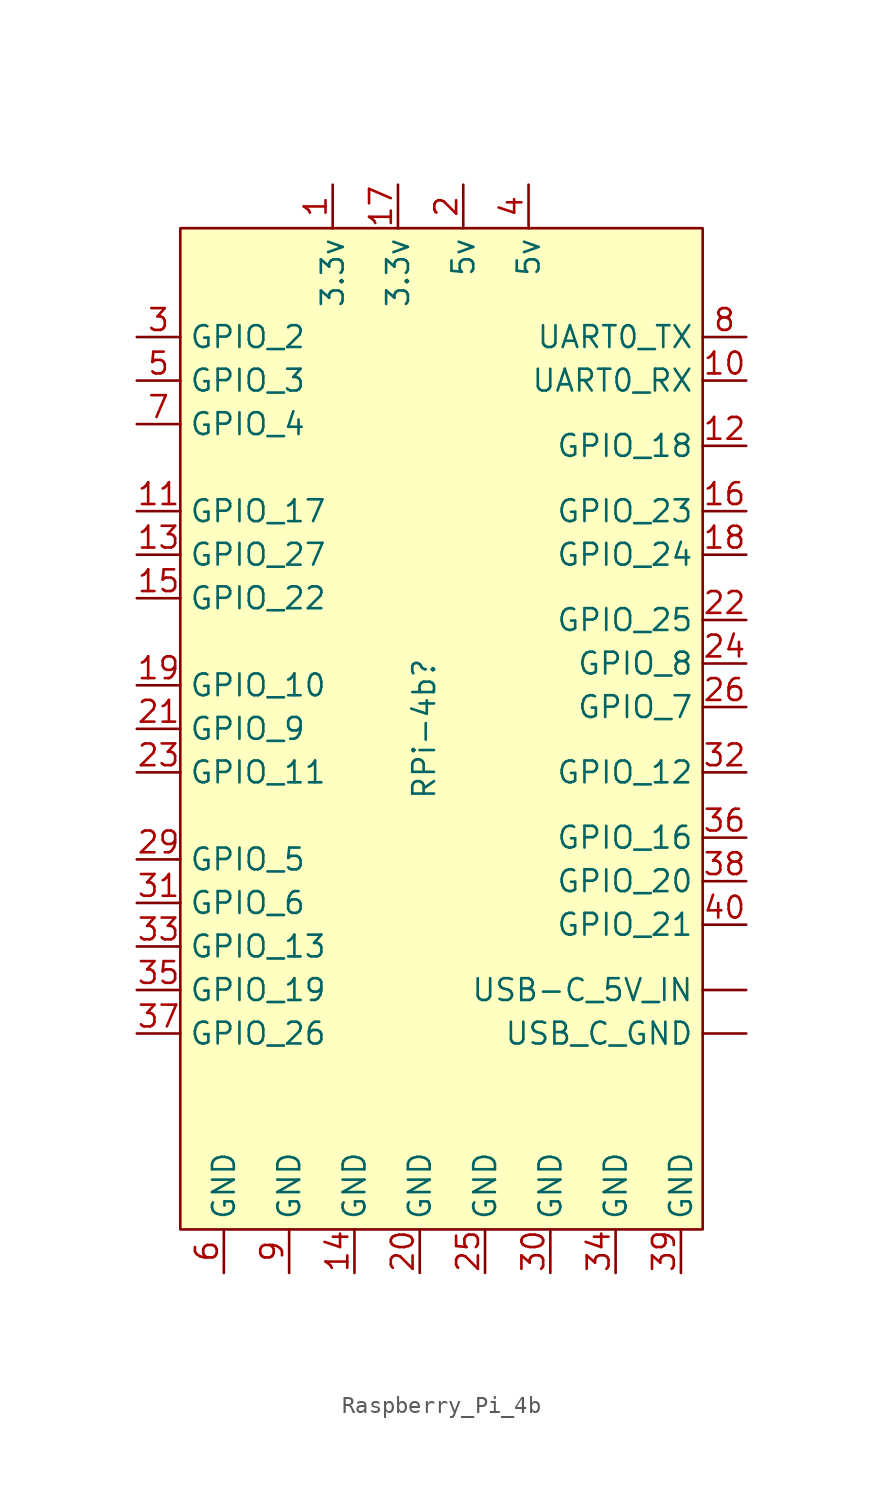
<source format=kicad_sym>
(kicad_symbol_lib
  (version 20231120)
  (generator "kicad_symbol_editor")
  (generator_version "8.0")
  (symbol "Raspberry_Pi_4b"
    (property "Reference" "RPi-4b"
      (at -1.016 -7.62 90)
      (effects (font (size 1.27 1.27))))
    (property "Value" ""
      (at 0 0 0)
      (effects (font (size 1.27 1.27))))
    (symbol "Raspberry_Pi_4b_0_1"
      (rectangle (start -15.24 21.59) (end 15.24 -36.83) (stroke (width 0) (type default)) (fill (type background))))
    (symbol "Raspberry_Pi_4b_1_1"
      (pin input line (at 17.78 -22.86 180) (length 2.54) (name "USB-C_5V_IN" (effects (font (size 1.27 1.27)))) (number "" (effects (font (size 1.27 1.27)))))
      (pin input line (at 17.78 -25.4 180) (length 2.54) (name "USB_C_GND" (effects (font (size 1.27 1.27)))) (number "" (effects (font (size 1.27 1.27)))))
      (pin input line (at -6.35 24.13 270) (length 2.54) (name "3.3v" (effects (font (size 1.27 1.27)))) (number "1" (effects (font (size 1.27 1.27)))))
      (pin input line (at 17.78 12.7 180) (length 2.54) (name "UART0_RX" (effects (font (size 1.27 1.27)))) (number "10" (effects (font (size 1.27 1.27)))))
      (pin input line (at -17.78 5.08 0) (length 2.54) (name "GPIO_17" (effects (font (size 1.27 1.27)))) (number "11" (effects (font (size 1.27 1.27)))))
      (pin input line (at 17.78 8.89 180) (length 2.54) (name "GPIO_18" (effects (font (size 1.27 1.27)))) (number "12" (effects (font (size 1.27 1.27)))))
      (pin input line (at -17.78 2.54 0) (length 2.54) (name "GPIO_27" (effects (font (size 1.27 1.27)))) (number "13" (effects (font (size 1.27 1.27)))))
      (pin input line (at -5.08 -39.37 90) (length 2.54) (name "GND" (effects (font (size 1.27 1.27)))) (number "14" (effects (font (size 1.27 1.27)))))
      (pin input line (at -17.78 0 0) (length 2.54) (name "GPIO_22" (effects (font (size 1.27 1.27)))) (number "15" (effects (font (size 1.27 1.27)))))
      (pin input line (at 17.78 5.08 180) (length 2.54) (name "GPIO_23" (effects (font (size 1.27 1.27)))) (number "16" (effects (font (size 1.27 1.27)))))
      (pin input line (at -2.54 24.13 270) (length 2.54) (name "3.3v" (effects (font (size 1.27 1.27)))) (number "17" (effects (font (size 1.27 1.27)))))
      (pin input line (at 17.78 2.54 180) (length 2.54) (name "GPIO_24" (effects (font (size 1.27 1.27)))) (number "18" (effects (font (size 1.27 1.27)))))
      (pin input line (at -17.78 -5.08 0) (length 2.54) (name "GPIO_10" (effects (font (size 1.27 1.27)))) (number "19" (effects (font (size 1.27 1.27)))))
      (pin input line (at 1.27 24.13 270) (length 2.54) (name "5v" (effects (font (size 1.27 1.27)))) (number "2" (effects (font (size 1.27 1.27)))))
      (pin input line (at -1.27 -39.37 90) (length 2.54) (name "GND" (effects (font (size 1.27 1.27)))) (number "20" (effects (font (size 1.27 1.27)))))
      (pin input line (at -17.78 -7.62 0) (length 2.54) (name "GPIO_9" (effects (font (size 1.27 1.27)))) (number "21" (effects (font (size 1.27 1.27)))))
      (pin input line (at 17.78 -1.27 180) (length 2.54) (name "GPIO_25" (effects (font (size 1.27 1.27)))) (number "22" (effects (font (size 1.27 1.27)))))
      (pin input line (at -17.78 -10.16 0) (length 2.54) (name "GPIO_11" (effects (font (size 1.27 1.27)))) (number "23" (effects (font (size 1.27 1.27)))))
      (pin input line (at 17.78 -3.81 180) (length 2.54) (name "GPIO_8" (effects (font (size 1.27 1.27)))) (number "24" (effects (font (size 1.27 1.27)))))
      (pin input line (at 2.54 -39.37 90) (length 2.54) (name "GND" (effects (font (size 1.27 1.27)))) (number "25" (effects (font (size 1.27 1.27)))))
      (pin input line (at 17.78 -6.35 180) (length 2.54) (name "GPIO_7" (effects (font (size 1.27 1.27)))) (number "26" (effects (font (size 1.27 1.27)))))
      (pin input line (at -17.78 -15.24 0) (length 2.54) (name "GPIO_5" (effects (font (size 1.27 1.27)))) (number "29" (effects (font (size 1.27 1.27)))))
      (pin input line (at -17.78 15.24 0) (length 2.54) (name "GPIO_2" (effects (font (size 1.27 1.27)))) (number "3" (effects (font (size 1.27 1.27)))))
      (pin input line (at 6.35 -39.37 90) (length 2.54) (name "GND" (effects (font (size 1.27 1.27)))) (number "30" (effects (font (size 1.27 1.27)))))
      (pin input line (at -17.78 -17.78 0) (length 2.54) (name "GPIO_6" (effects (font (size 1.27 1.27)))) (number "31" (effects (font (size 1.27 1.27)))))
      (pin input line (at 17.78 -10.16 180) (length 2.54) (name "GPIO_12" (effects (font (size 1.27 1.27)))) (number "32" (effects (font (size 1.27 1.27)))))
      (pin input line (at -17.78 -20.32 0) (length 2.54) (name "GPIO_13" (effects (font (size 1.27 1.27)))) (number "33" (effects (font (size 1.27 1.27)))))
      (pin input line (at 10.16 -39.37 90) (length 2.54) (name "GND" (effects (font (size 1.27 1.27)))) (number "34" (effects (font (size 1.27 1.27)))))
      (pin input line (at -17.78 -22.86 0) (length 2.54) (name "GPIO_19" (effects (font (size 1.27 1.27)))) (number "35" (effects (font (size 1.27 1.27)))))
      (pin input line (at 17.78 -13.97 180) (length 2.54) (name "GPIO_16" (effects (font (size 1.27 1.27)))) (number "36" (effects (font (size 1.27 1.27)))))
      (pin input line (at -17.78 -25.4 0) (length 2.54) (name "GPIO_26" (effects (font (size 1.27 1.27)))) (number "37" (effects (font (size 1.27 1.27)))))
      (pin input line (at 17.78 -16.51 180) (length 2.54) (name "GPIO_20" (effects (font (size 1.27 1.27)))) (number "38" (effects (font (size 1.27 1.27)))))
      (pin input line (at 13.97 -39.37 90) (length 2.54) (name "GND" (effects (font (size 1.27 1.27)))) (number "39" (effects (font (size 1.27 1.27)))))
      (pin input line (at 5.08 24.13 270) (length 2.54) (name "5v" (effects (font (size 1.27 1.27)))) (number "4" (effects (font (size 1.27 1.27)))))
      (pin input line (at 17.78 -19.05 180) (length 2.54) (name "GPIO_21" (effects (font (size 1.27 1.27)))) (number "40" (effects (font (size 1.27 1.27)))))
      (pin input line (at -17.78 12.7 0) (length 2.54) (name "GPIO_3" (effects (font (size 1.27 1.27)))) (number "5" (effects (font (size 1.27 1.27)))))
      (pin input line (at -12.7 -39.37 90) (length 2.54) (name "GND" (effects (font (size 1.27 1.27)))) (number "6" (effects (font (size 1.27 1.27)))))
      (pin input line (at -17.78 10.16 0) (length 2.54) (name "GPIO_4" (effects (font (size 1.27 1.27)))) (number "7" (effects (font (size 1.27 1.27)))))
      (pin input line (at 17.78 15.24 180) (length 2.54) (name "UART0_TX" (effects (font (size 1.27 1.27)))) (number "8" (effects (font (size 1.27 1.27)))))
      (pin input line (at -8.89 -39.37 90) (length 2.54) (name "GND" (effects (font (size 1.27 1.27)))) (number "9" (effects (font (size 1.27 1.27))))))))
</source>
